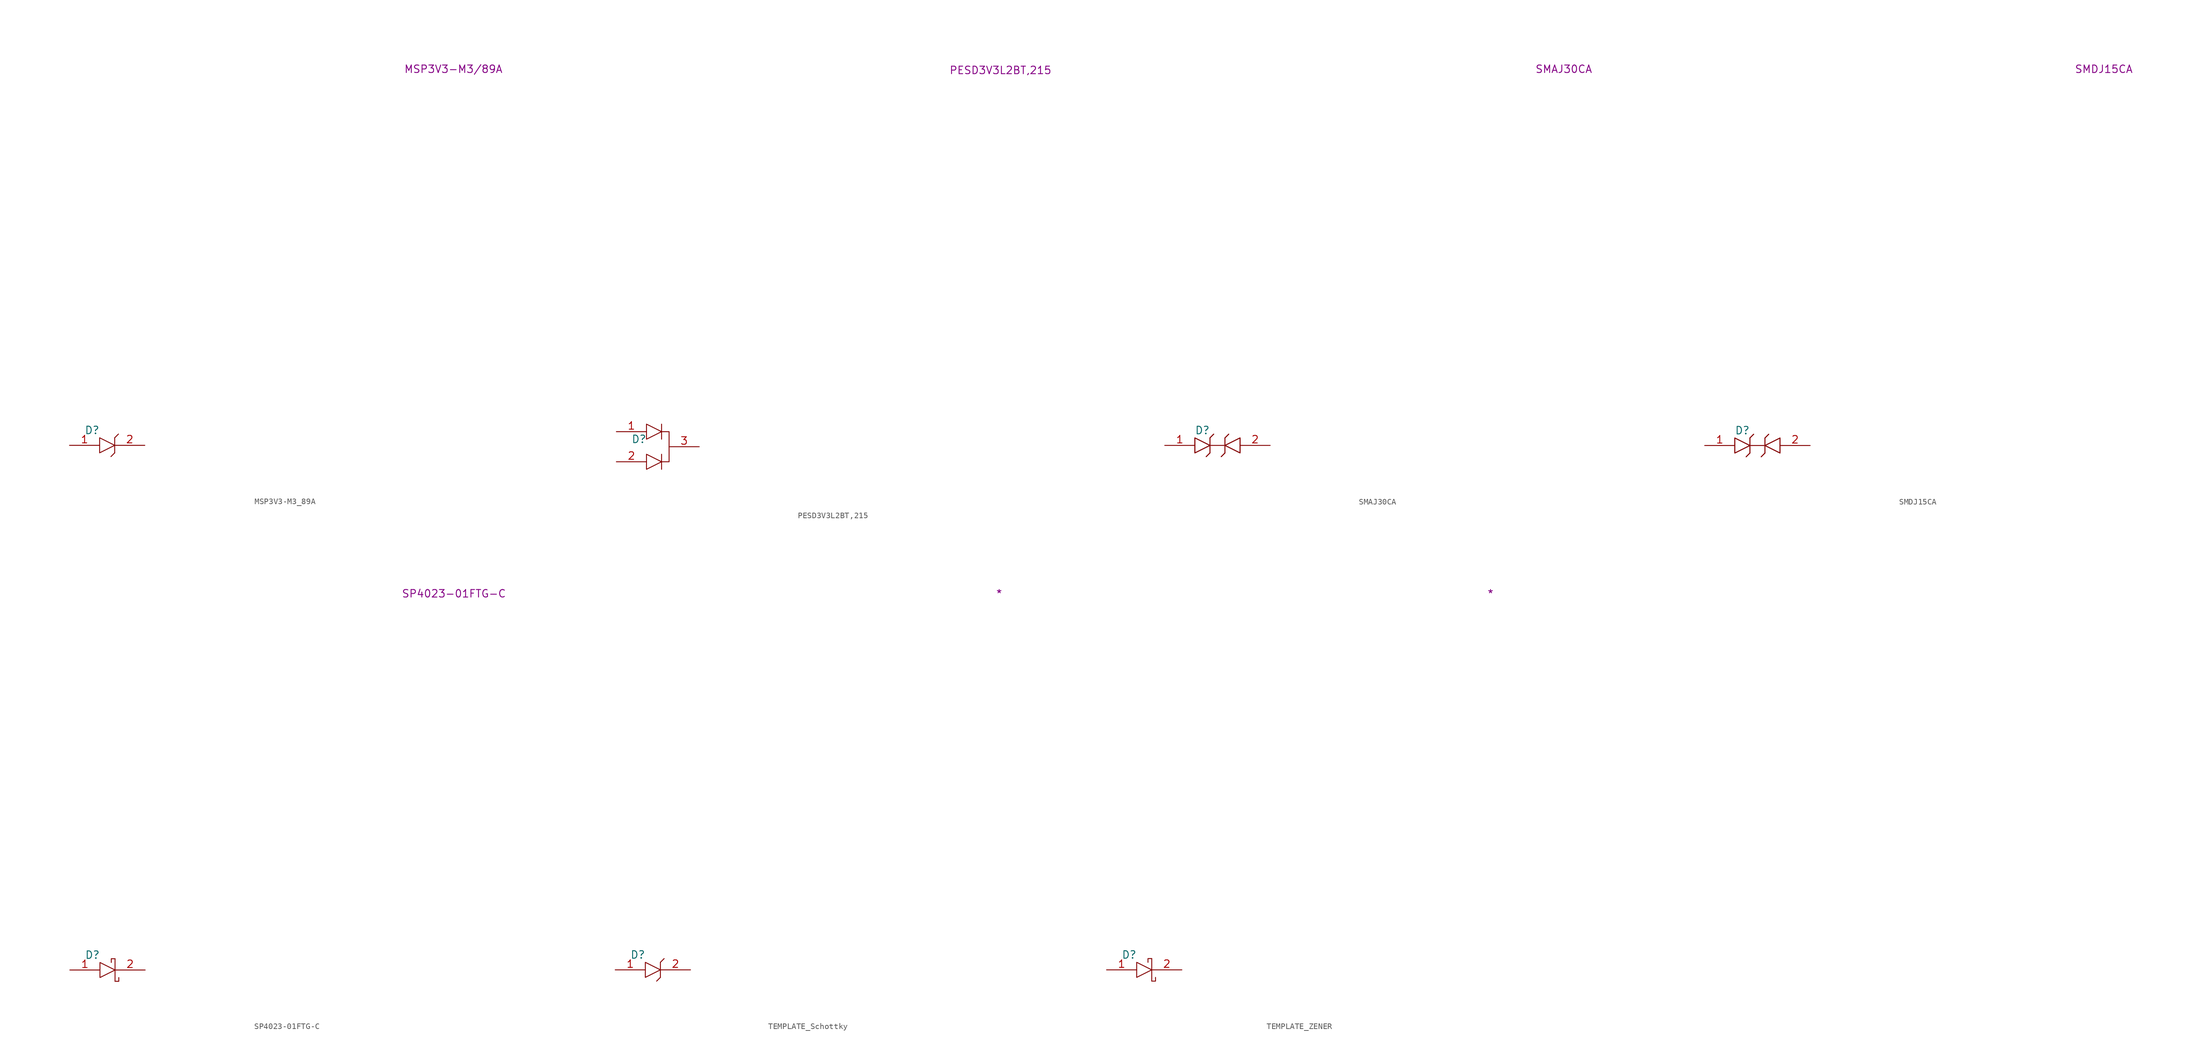
<source format=kicad_sym>
(kicad_symbol_lib
  (version 20211014)
  (generator kicad_symbol_editor)
  (symbol "MSP3V3-M3_89A"
    (pin_names
      (offset 1.016))
    (property "Reference" "D"
      (at -2.54 2.54 0)
      (effects (font (size 1.27 1.27))))
    (property "_Value_" "MSP3V3-M3/89A"
      (at 58.42 63.5 0)
      (effects (font (size 1.27 1.27))))
    (symbol "MSP3V3-M3_89A_0_1"
      (polyline (pts (xy 1.27 -1.27) (xy 0.635 -1.905)) (stroke (width 0) (type default) (color 0 0 0 0)) (fill (type none)))
      (polyline (pts (xy 1.27 1.27) (xy 1.27 -1.27)) (stroke (width 0) (type default) (color 0 0 0 0)) (fill (type none)))
      (polyline (pts (xy 1.27 1.27) (xy 1.905 1.905)) (stroke (width 0) (type default) (color 0 0 0 0)) (fill (type none)))
      (polyline (pts (xy -1.27 1.27) (xy -1.27 -1.27) (xy 1.27 0) (xy -1.27 1.27)) (stroke (width 0) (type default) (color 0 0 0 0)) (fill (type none))))
    (symbol "MSP3V3-M3_89A_1_1"
      (pin passive line (at -6.35 0 0) (length 5.08) (name "~" (effects (font (size 1.27 1.27)))) (number "1" (effects (font (size 1.27 1.27)))))
      (pin passive line (at 6.35 0 180) (length 5.08) (name "~" (effects (font (size 1.27 1.27)))) (number "2" (effects (font (size 1.27 1.27)))))))
  (symbol "PESD3V3L2BT,215"
    (pin_names
      (offset 1.016))
    (property "Reference" "D"
      (at -2.54 1.27 0)
      (effects (font (size 1.27 1.27))))
    (property "_Value_" "PESD3V3L2BT,215"
      (at 58.42 63.5 0)
      (effects (font (size 1.27 1.27))))
    (symbol "PESD3V3L2BT,215_0_1"
      (polyline (pts (xy 1.27 1.27) (xy 1.27 3.81)) (stroke (width 0) (type default) (color 0 0 0 0)) (fill (type none)))
      (polyline (pts (xy -1.27 3.81) (xy -1.27 1.27) (xy 1.27 2.54) (xy -1.27 3.81)) (stroke (width 0) (type default) (color 0 0 0 0)) (fill (type none)))
      (polyline (pts (xy 1.27 2.54) (xy 2.54 2.54) (xy 2.54 -2.54) (xy 1.27 -2.54)) (stroke (width 0) (type default) (color 0 0 0 0)) (fill (type none))))
    (symbol "PESD3V3L2BT,215_1_1"
      (polyline (pts (xy 1.27 -3.81) (xy 1.27 -1.27)) (stroke (width 0) (type default) (color 0 0 0 0)) (fill (type none)))
      (polyline (pts (xy -1.27 -1.27) (xy -1.27 -3.81) (xy 1.27 -2.54) (xy -1.27 -1.27)) (stroke (width 0) (type default) (color 0 0 0 0)) (fill (type none)))
      (pin passive line (at -6.35 2.54 0) (length 5.08) (name "~" (effects (font (size 1.27 1.27)))) (number "1" (effects (font (size 1.27 1.27)))))
      (pin passive line (at -6.35 -2.54 0) (length 5.08) (name "~" (effects (font (size 1.27 1.27)))) (number "2" (effects (font (size 1.27 1.27)))))
      (pin passive line (at 7.62 0 180) (length 5.08) (name "~" (effects (font (size 1.27 1.27)))) (number "3" (effects (font (size 1.27 1.27)))))))
  (symbol "SMAJ30CA"
    (pin_names
      (offset 1.016))
    (property "Reference" "D"
      (at -2.54 2.54 0)
      (effects (font (size 1.27 1.27))))
    (property "_Value_" "SMAJ30CA"
      (at 58.42 63.5 0)
      (effects (font (size 1.27 1.27))))
    (symbol "SMAJ30CA_0_1"
      (polyline (pts (xy -1.27 -1.27) (xy -1.905 -1.905)) (stroke (width 0) (type default) (color 0 0 0 0)) (fill (type none)))
      (polyline (pts (xy -1.27 -1.27) (xy -1.905 -1.905)) (stroke (width 0) (type default) (color 0 0 0 0)) (fill (type none)))
      (polyline (pts (xy -1.27 1.27) (xy -1.27 -1.27)) (stroke (width 0) (type default) (color 0 0 0 0)) (fill (type none)))
      (polyline (pts (xy -1.27 1.27) (xy -1.27 -1.27)) (stroke (width 0) (type default) (color 0 0 0 0)) (fill (type none)))
      (polyline (pts (xy -1.27 1.27) (xy -0.635 1.905)) (stroke (width 0) (type default) (color 0 0 0 0)) (fill (type none)))
      (polyline (pts (xy -1.27 1.27) (xy -0.635 1.905)) (stroke (width 0) (type default) (color 0 0 0 0)) (fill (type none)))
      (polyline (pts (xy 1.27 -1.27) (xy 0.635 -1.905)) (stroke (width 0) (type default) (color 0 0 0 0)) (fill (type none)))
      (polyline (pts (xy 1.27 -1.27) (xy 0.635 -1.905)) (stroke (width 0) (type default) (color 0 0 0 0)) (fill (type none)))
      (polyline (pts (xy 1.27 -1.27) (xy 1.27 1.27)) (stroke (width 0) (type default) (color 0 0 0 0)) (fill (type none)))
      (polyline (pts (xy 1.27 -1.27) (xy 1.27 1.27)) (stroke (width 0) (type default) (color 0 0 0 0)) (fill (type none)))
      (polyline (pts (xy 1.27 0) (xy -1.27 0)) (stroke (width 0) (type default) (color 0 0 0 0)) (fill (type none)))
      (polyline (pts (xy 1.27 1.27) (xy 1.905 1.905)) (stroke (width 0) (type default) (color 0 0 0 0)) (fill (type none)))
      (polyline (pts (xy 1.27 1.27) (xy 1.905 1.905)) (stroke (width 0) (type default) (color 0 0 0 0)) (fill (type none)))
      (polyline (pts (xy -3.81 1.27) (xy -3.81 -1.27) (xy -1.27 0) (xy -3.81 1.27)) (stroke (width 0) (type default) (color 0 0 0 0)) (fill (type none)))
      (polyline (pts (xy -3.81 1.27) (xy -3.81 -1.27) (xy -1.27 0) (xy -3.81 1.27)) (stroke (width 0) (type default) (color 0 0 0 0)) (fill (type none)))
      (polyline (pts (xy 3.81 -1.27) (xy 3.81 1.27) (xy 1.27 0) (xy 3.81 -1.27)) (stroke (width 0) (type default) (color 0 0 0 0)) (fill (type none)))
      (polyline (pts (xy 3.81 -1.27) (xy 3.81 1.27) (xy 1.27 0) (xy 3.81 -1.27)) (stroke (width 0) (type default) (color 0 0 0 0)) (fill (type none))))
    (symbol "SMAJ30CA_1_1"
      (pin passive line (at -8.89 0 0) (length 5.08) (name "~" (effects (font (size 1.27 1.27)))) (number "1" (effects (font (size 1.27 1.27)))))
      (pin passive line (at 8.89 0 180) (length 5.08) (name "~" (effects (font (size 1.27 1.27)))) (number "2" (effects (font (size 1.27 1.27)))))))
  (symbol "SMDJ15CA"
    (pin_names
      (offset 1.016))
    (property "Reference" "D"
      (at -2.54 2.54 0)
      (effects (font (size 1.27 1.27))))
    (property "_Value_" "SMDJ15CA"
      (at 58.42 63.5 0)
      (effects (font (size 1.27 1.27))))
    (symbol "SMDJ15CA_0_1"
      (polyline (pts (xy -1.27 -1.27) (xy -1.905 -1.905)) (stroke (width 0) (type default) (color 0 0 0 0)) (fill (type none)))
      (polyline (pts (xy -1.27 -1.27) (xy -1.905 -1.905)) (stroke (width 0) (type default) (color 0 0 0 0)) (fill (type none)))
      (polyline (pts (xy -1.27 1.27) (xy -1.27 -1.27)) (stroke (width 0) (type default) (color 0 0 0 0)) (fill (type none)))
      (polyline (pts (xy -1.27 1.27) (xy -1.27 -1.27)) (stroke (width 0) (type default) (color 0 0 0 0)) (fill (type none)))
      (polyline (pts (xy -1.27 1.27) (xy -0.635 1.905)) (stroke (width 0) (type default) (color 0 0 0 0)) (fill (type none)))
      (polyline (pts (xy -1.27 1.27) (xy -0.635 1.905)) (stroke (width 0) (type default) (color 0 0 0 0)) (fill (type none)))
      (polyline (pts (xy 1.27 -1.27) (xy 0.635 -1.905)) (stroke (width 0) (type default) (color 0 0 0 0)) (fill (type none)))
      (polyline (pts (xy 1.27 -1.27) (xy 0.635 -1.905)) (stroke (width 0) (type default) (color 0 0 0 0)) (fill (type none)))
      (polyline (pts (xy 1.27 -1.27) (xy 1.27 1.27)) (stroke (width 0) (type default) (color 0 0 0 0)) (fill (type none)))
      (polyline (pts (xy 1.27 -1.27) (xy 1.27 1.27)) (stroke (width 0) (type default) (color 0 0 0 0)) (fill (type none)))
      (polyline (pts (xy 1.27 0) (xy -1.27 0)) (stroke (width 0) (type default) (color 0 0 0 0)) (fill (type none)))
      (polyline (pts (xy 1.27 1.27) (xy 1.905 1.905)) (stroke (width 0) (type default) (color 0 0 0 0)) (fill (type none)))
      (polyline (pts (xy 1.27 1.27) (xy 1.905 1.905)) (stroke (width 0) (type default) (color 0 0 0 0)) (fill (type none)))
      (polyline (pts (xy -3.81 1.27) (xy -3.81 -1.27) (xy -1.27 0) (xy -3.81 1.27)) (stroke (width 0) (type default) (color 0 0 0 0)) (fill (type none)))
      (polyline (pts (xy -3.81 1.27) (xy -3.81 -1.27) (xy -1.27 0) (xy -3.81 1.27)) (stroke (width 0) (type default) (color 0 0 0 0)) (fill (type none)))
      (polyline (pts (xy 3.81 -1.27) (xy 3.81 1.27) (xy 1.27 0) (xy 3.81 -1.27)) (stroke (width 0) (type default) (color 0 0 0 0)) (fill (type none)))
      (polyline (pts (xy 3.81 -1.27) (xy 3.81 1.27) (xy 1.27 0) (xy 3.81 -1.27)) (stroke (width 0) (type default) (color 0 0 0 0)) (fill (type none))))
    (symbol "SMDJ15CA_1_1"
      (pin passive line (at -8.89 0 0) (length 5.08) (name "~" (effects (font (size 1.27 1.27)))) (number "1" (effects (font (size 1.27 1.27)))))
      (pin passive line (at 8.89 0 180) (length 5.08) (name "~" (effects (font (size 1.27 1.27)))) (number "2" (effects (font (size 1.27 1.27)))))))
  (symbol "SP4023-01FTG-C"
    (pin_names
      (offset 1.016))
    (property "Reference" "D"
      (at -2.54 2.54 0)
      (effects (font (size 1.27 1.27))))
    (property "_Value_" "SP4023-01FTG-C"
      (at 58.42 63.5 0)
      (effects (font (size 1.27 1.27))))
    (symbol "SP4023-01FTG-C_0_1"
      (polyline (pts (xy 1.27 1.905) (xy 1.27 -1.905)) (stroke (width 0) (type default) (color 0 0 0 0)) (fill (type none)))
      (polyline (pts (xy 1.27 -1.905) (xy 1.905 -1.905) (xy 1.905 -1.27)) (stroke (width 0) (type default) (color 0 0 0 0)) (fill (type none)))
      (polyline (pts (xy 1.27 1.905) (xy 0.635 1.905) (xy 0.635 1.27)) (stroke (width 0) (type default) (color 0 0 0 0)) (fill (type none)))
      (polyline (pts (xy -1.27 1.27) (xy -1.27 -1.27) (xy 1.27 0) (xy -1.27 1.27)) (stroke (width 0) (type default) (color 0 0 0 0)) (fill (type none))))
    (symbol "SP4023-01FTG-C_1_1"
      (pin passive line (at -6.35 0 0) (length 5.08) (name "~" (effects (font (size 1.27 1.27)))) (number "1" (effects (font (size 1.27 1.27)))))
      (pin passive line (at 6.35 0 180) (length 5.08) (name "~" (effects (font (size 1.27 1.27)))) (number "2" (effects (font (size 1.27 1.27)))))))
  (symbol "TEMPLATE_Schottky"
    (pin_names
      (offset 1.016))
    (property "Reference" "D"
      (at -2.54 2.54 0)
      (effects (font (size 1.27 1.27))))
    (property "_Value_" "*"
      (at 58.42 63.5 0)
      (effects (font (size 1.27 1.27))))
    (symbol "TEMPLATE_Schottky_0_1"
      (polyline (pts (xy 1.27 -1.27) (xy 0.635 -1.905)) (stroke (width 0) (type default) (color 0 0 0 0)) (fill (type none)))
      (polyline (pts (xy 1.27 1.27) (xy 1.27 -1.27)) (stroke (width 0) (type default) (color 0 0 0 0)) (fill (type none)))
      (polyline (pts (xy 1.27 1.27) (xy 1.905 1.905)) (stroke (width 0) (type default) (color 0 0 0 0)) (fill (type none)))
      (polyline (pts (xy -1.27 1.27) (xy -1.27 -1.27) (xy 1.27 0) (xy -1.27 1.27)) (stroke (width 0) (type default) (color 0 0 0 0)) (fill (type none))))
    (symbol "TEMPLATE_Schottky_1_1"
      (pin passive line (at -6.35 0 0) (length 5.08) (name "~" (effects (font (size 1.27 1.27)))) (number "1" (effects (font (size 1.27 1.27)))))
      (pin passive line (at 6.35 0 180) (length 5.08) (name "~" (effects (font (size 1.27 1.27)))) (number "2" (effects (font (size 1.27 1.27)))))))
  (symbol "TEMPLATE_ZENER"
    (pin_names
      (offset 1.016))
    (property "Reference" "D"
      (at -2.54 2.54 0)
      (effects (font (size 1.27 1.27))))
    (property "_Value_" "*"
      (at 58.42 63.5 0)
      (effects (font (size 1.27 1.27))))
    (symbol "TEMPLATE_ZENER_0_1"
      (polyline (pts (xy 1.27 1.905) (xy 1.27 -1.905)) (stroke (width 0) (type default) (color 0 0 0 0)) (fill (type none)))
      (polyline (pts (xy 1.27 -1.905) (xy 1.905 -1.905) (xy 1.905 -1.27)) (stroke (width 0) (type default) (color 0 0 0 0)) (fill (type none)))
      (polyline (pts (xy 1.27 1.905) (xy 0.635 1.905) (xy 0.635 1.27)) (stroke (width 0) (type default) (color 0 0 0 0)) (fill (type none)))
      (polyline (pts (xy -1.27 1.27) (xy -1.27 -1.27) (xy 1.27 0) (xy -1.27 1.27)) (stroke (width 0) (type default) (color 0 0 0 0)) (fill (type none))))
    (symbol "TEMPLATE_ZENER_1_1"
      (pin passive line (at -6.35 0 0) (length 5.08) (name "~" (effects (font (size 1.27 1.27)))) (number "1" (effects (font (size 1.27 1.27)))))
      (pin passive line (at 6.35 0 180) (length 5.08) (name "~" (effects (font (size 1.27 1.27)))) (number "2" (effects (font (size 1.27 1.27))))))))
</source>
